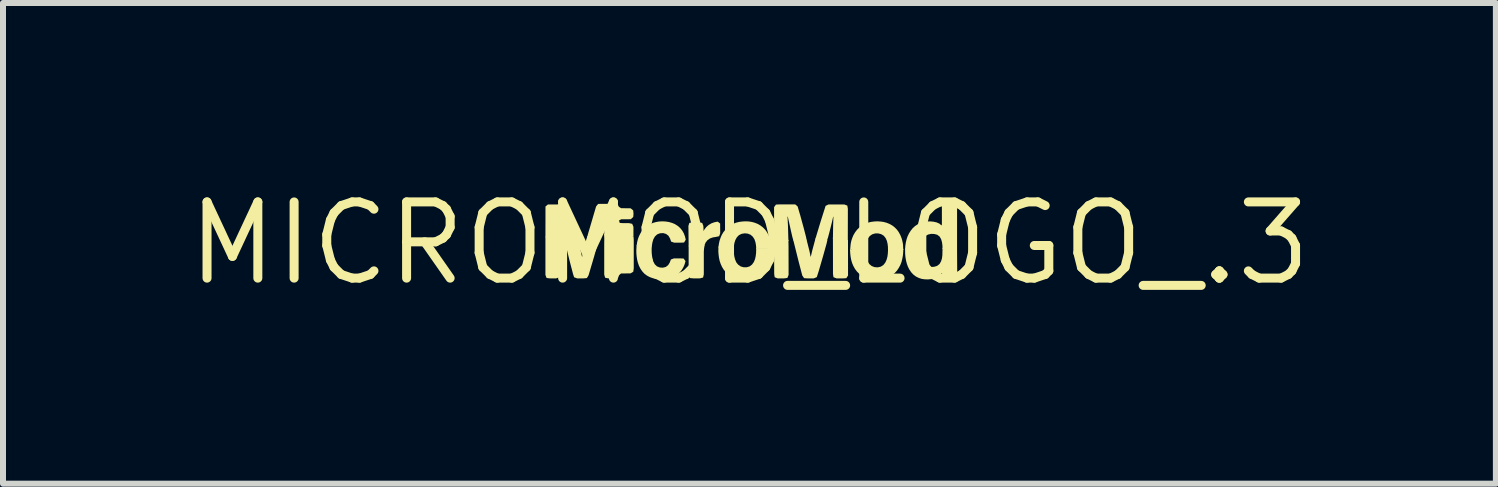
<source format=kicad_pcb>
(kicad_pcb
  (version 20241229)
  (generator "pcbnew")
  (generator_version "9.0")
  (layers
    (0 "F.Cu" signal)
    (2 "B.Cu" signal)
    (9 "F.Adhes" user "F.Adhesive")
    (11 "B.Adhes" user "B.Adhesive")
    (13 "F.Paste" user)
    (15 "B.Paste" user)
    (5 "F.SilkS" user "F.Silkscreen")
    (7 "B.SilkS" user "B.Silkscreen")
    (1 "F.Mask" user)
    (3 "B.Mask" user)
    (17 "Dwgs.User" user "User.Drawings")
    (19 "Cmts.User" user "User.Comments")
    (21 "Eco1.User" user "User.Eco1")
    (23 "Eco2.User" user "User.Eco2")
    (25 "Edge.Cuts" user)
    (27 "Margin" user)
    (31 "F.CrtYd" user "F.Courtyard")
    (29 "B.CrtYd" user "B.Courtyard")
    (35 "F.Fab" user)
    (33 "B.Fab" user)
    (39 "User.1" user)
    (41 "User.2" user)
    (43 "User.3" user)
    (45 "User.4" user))
  (footprint "MICROMOD_LOGO_.3"
    (layer "F.Cu")
    (at 9.442 1.006)
    (property "Reference" "MICROMOD_LOGO_.3" (at 0 0 0) (layer "F.SilkS") (effects (font (size 1.27 1.27) (thickness 0.15))))
    (fp_poly (pts (xy 1.426 -0.058) (xy 1.642 -0.058) (xy 1.643 0.536) (xy 1.614 0.581) (xy 1.559 0.584) (xy 1.451 0.584) (xy 1.4 0.564) (xy 1.392 0.509) (xy 1.391 -0.096)) (stroke (width 0) (type default)) (fill yes) (layer "F.SilkS"))
    (fp_poly (pts (xy -3.162 0.089) (xy -3.162 0.511) (xy -3.17 0.565) (xy -3.221 0.584) (xy -3.327 0.584) (xy -3.382 0.577) (xy -3.401 0.527) (xy -3.401 -0.111) (xy -3.187 -0.111) (xy -3.165 -0.119)) (stroke (width 0) (type default)) (fill yes) (layer "F.SilkS"))
    (fp_poly (pts (xy 0.436 -0.058) (xy 0.649 -0.058) (xy 0.651 0.053) (xy 0.652 0.527) (xy 0.631 0.577) (xy 0.577 0.584) (xy 0.47 0.584) (xy 0.42 0.565) (xy 0.412 0.51) (xy 0.41 -0.088)) (stroke (width 0) (type default)) (fill yes) (layer "F.SilkS"))
    (fp_poly (pts (xy -0.757 0.086) (xy -0.761 0.139) (xy -0.761 0.516) (xy -0.773 0.57) (xy -0.827 0.584) (xy -0.935 0.584) (xy -0.991 0.579) (xy -1.014 0.529) (xy -1.014 0.04) (xy -0.968 0.027) (xy -0.747 0.027)) (stroke (width 0) (type default)) (fill yes) (layer "F.SilkS"))
    (fp_poly (pts (xy -1.932 -0.11) (xy -1.929 -0.055) (xy -1.929 0.419) (xy -1.937 0.473) (xy -1.983 0.501) (xy -2.141 0.502) (xy -2.172 0.53) (xy -2.192 0.578) (xy -2.247 0.584) (xy -2.353 0.584) (xy -2.406 0.573) (xy -2.421 0.521) (xy -2.421 -0.005) (xy -2.42 -0.058) (xy -2.421 -0.157)) (stroke (width 0) (type default)) (fill yes) (layer "F.SilkS"))
    (fp_poly (pts (xy -3.038 -0.645) (xy -3.008 -0.601) (xy -2.95 -0.397) (xy -2.868 -0.096) (xy -2.895 -0.101) (xy -3.052 -0.101) (xy -3.091 -0.099) (xy -3.171 -0.425) (xy -3.176 -0.444) (xy -3.177 -0.427) (xy -3.172 -0.322) (xy -3.165 -0.106) (xy -3.218 -0.101) (xy -3.376 -0.101) (xy -3.401 -0.1) (xy -3.4 -0.615) (xy -3.359 -0.648) (xy -3.093 -0.649)) (stroke (width 0) (type default)) (fill yes) (layer "F.SilkS"))
    (fp_poly (pts (xy 1.631 -0.629) (xy 1.64 -0.575) (xy 1.639 -0.047) (xy 1.422 -0.047) (xy 1.391 -0.073) (xy 1.394 -0.286) (xy 1.399 -0.441) (xy 1.395 -0.445) (xy 1.374 -0.351) (xy 1.336 -0.199) (xy 1.309 -0.097) (xy 1.291 -0.047) (xy 1.129 -0.047) (xy 1.097 -0.069) (xy 1.189 -0.373) (xy 1.269 -0.625) (xy 1.317 -0.648) (xy 1.581 -0.648)) (stroke (width 0) (type default)) (fill yes) (layer "F.SilkS"))
    (fp_poly (pts (xy 0.763 -0.649) (xy 0.803 -0.614) (xy 0.848 -0.46) (xy 0.904 -0.256) (xy 0.944 -0.102) (xy 0.953 -0.048) (xy 0.732 -0.048) (xy 0.716 -0.101) (xy 0.692 -0.205) (xy 0.638 -0.449) (xy 0.634 -0.442) (xy 0.642 -0.284) (xy 0.649 -0.038) (xy 0.608 -0.048) (xy 0.448 -0.048) (xy 0.41 -0.069) (xy 0.41 -0.603) (xy 0.441 -0.646) (xy 0.496 -0.649)) (stroke (width 0) (type default)) (fill yes) (layer "F.SilkS"))
    (fp_poly (pts (xy -2.532 -0.111) (xy -2.505 -0.085) (xy -2.591 0.225) (xy -2.682 0.532) (xy -2.71 0.579) (xy -2.765 0.584) (xy -2.872 0.584) (xy -2.923 0.565) (xy -2.94 0.513) (xy -2.994 0.307) (xy -3.083 -0.055) (xy -3.095 -0.111) (xy -2.872 -0.111) (xy -2.856 -0.056) (xy -2.843 -0.004) (xy -2.79 0.228) (xy -2.772 0.145) (xy -2.745 0.042) (xy -2.719 -0.069) (xy -2.7 -0.12)) (stroke (width 0) (type default)) (fill yes) (layer "F.SilkS"))
    (fp_poly (pts (xy 1.135 -0.058) (xy 1.299 -0.058) (xy 1.286 0.000286) (xy 1.229 0.205) (xy 1.155 0.46) (xy 1.122 0.563) (xy 1.073 0.584) (xy 0.965 0.584) (xy 0.91 0.58) (xy 0.88 0.536) (xy 0.813 0.278) (xy 0.728 -0.063) (xy 0.768 -0.058) (xy 0.926 -0.058) (xy 0.951 -0.064) (xy 1 0.129) (xy 1.019 0.223) (xy 1.023 0.219) (xy 1.047 0.117) (xy 1.101 -0.083)) (stroke (width 0) (type default)) (fill yes) (layer "F.SilkS"))
    (fp_poly (pts (xy -0.489 -0.33) (xy -0.488 -0.169) (xy -0.505 -0.119) (xy -0.559 -0.107) (xy -0.61 -0.099) (xy -0.658 -0.082) (xy -0.7 -0.053) (xy -0.731 -0.013) (xy -0.752 0.037) (xy -0.965 0.037) (xy -1.014 0.052) (xy -1.017 -0.237) (xy -1.018 -0.29) (xy -1.002 -0.341) (xy -0.948 -0.35) (xy -0.842 -0.35) (xy -0.788 -0.34) (xy -0.769 -0.29) (xy -0.766 -0.237) (xy -0.766 -0.204) (xy -0.752 -0.23) (xy -0.719 -0.272) (xy -0.679 -0.307) (xy -0.633 -0.334) (xy -0.583 -0.352) (xy -0.529 -0.362)) (stroke (width 0) (type default)) (fill yes) (layer "F.SilkS"))
    (fp_poly (pts (xy -2.199 -0.654) (xy -2.176 -0.608) (xy -2.139 -0.586) (xy -1.98 -0.584) (xy -1.938 -0.549) (xy -1.933 -0.494) (xy -1.937 -0.44) (xy -1.977 -0.403) (xy -2.032 -0.401) (xy -2.137 -0.401) (xy -2.174 -0.382) (xy -2.163 -0.341) (xy -2.115 -0.337) (xy -2.008 -0.337) (xy -1.955 -0.325) (xy -1.934 -0.275) (xy -1.934 -0.111) (xy -1.982 -0.101) (xy -2.41 -0.101) (xy -2.421 -0.148) (xy -2.418 -0.307) (xy -2.414 -0.443) (xy -2.42 -0.431) (xy -2.457 -0.277) (xy -2.51 -0.071) (xy -2.542 -0.101) (xy -2.706 -0.101) (xy -2.69 -0.161) (xy -2.556 -0.616) (xy -2.522 -0.657) (xy -2.467 -0.658) (xy -2.255 -0.658)) (stroke (width 0) (type default)) (fill yes) (layer "F.SilkS"))
    (fp_poly (pts (xy -1.397 -0.364) (xy -1.344 -0.356) (xy -1.292 -0.341) (xy -1.242 -0.32) (xy -1.196 -0.291) (xy -1.155 -0.255) (xy -1.121 -0.213) (xy -1.094 -0.166) (xy -1.075 -0.115) (xy -1.062 -0.061) (xy -1.09 -0.014) (xy -1.146 -0.011) (xy -1.254 -0.011) (xy -1.306 -0.029) (xy -1.324 -0.081) (xy -1.35 -0.126) (xy -1.39 -0.157) (xy -1.439 -0.171) (xy -1.491 -0.168) (xy -1.539 -0.149) (xy -1.576 -0.114) (xy -1.602 -0.068) (xy -1.617 -0.018) (xy -1.629 0.05) (xy -1.674 0.05) (xy -1.835 0.05) (xy -1.881 0.037) (xy -1.872 -0.02) (xy -1.859 -0.073) (xy -1.84 -0.123) (xy -1.815 -0.172) (xy -1.785 -0.216) (xy -1.748 -0.256) (xy -1.707 -0.291) (xy -1.66 -0.319) (xy -1.611 -0.34) (xy -1.559 -0.355) (xy -1.505 -0.364) (xy -1.451 -0.367)) (stroke (width 0) (type default)) (fill yes) (layer "F.SilkS"))
    (fp_poly (pts (xy -1.842 0.04) (xy -1.627 0.04) (xy -1.631 0.097) (xy -1.63 0.149) (xy -1.626 0.201) (xy -1.617 0.253) (xy -1.603 0.303) (xy -1.579 0.348) (xy -1.543 0.383) (xy -1.496 0.402) (xy -1.445 0.406) (xy -1.396 0.394) (xy -1.356 0.364) (xy -1.329 0.32) (xy -1.309 0.269) (xy -1.259 0.251) (xy -1.153 0.251) (xy -1.098 0.253) (xy -1.066 0.296) (xy -1.081 0.35) (xy -1.102 0.399) (xy -1.129 0.445) (xy -1.163 0.486) (xy -1.202 0.522) (xy -1.247 0.551) (xy -1.296 0.572) (xy -1.347 0.587) (xy -1.4 0.596) (xy -1.453 0.599) (xy -1.506 0.598) (xy -1.559 0.592) (xy -1.611 0.581) (xy -1.661 0.563) (xy -1.708 0.538) (xy -1.751 0.506) (xy -1.787 0.467) (xy -1.817 0.423) (xy -1.841 0.376) (xy -1.859 0.326) (xy -1.872 0.274) (xy -1.88 0.222) (xy -1.885 0.169) (xy -1.886 0.116) (xy -1.881 0.028)) (stroke (width 0) (type default)) (fill yes) (layer "F.SilkS"))
    (fp_poly (pts (xy 3.457 -0.692) (xy 3.46 -0.637) (xy 3.46 0.11) (xy 3.41 0.118) (xy 3.248 0.118) (xy 3.218 0.089) (xy 3.216 0.034) (xy 3.209 -0.018) (xy 3.195 -0.068) (xy 3.17 -0.112) (xy 3.13 -0.143) (xy 3.08 -0.156) (xy 3.028 -0.158) (xy 2.978 -0.147) (xy 2.933 -0.123) (xy 2.898 -0.085) (xy 2.875 -0.039) (xy 2.86 0.011) (xy 2.853 0.063) (xy 2.848 0.118) (xy 2.63 0.118) (xy 2.594 0.096) (xy 2.598 0.039) (xy 2.606 -0.013) (xy 2.618 -0.065) (xy 2.635 -0.116) (xy 2.658 -0.164) (xy 2.687 -0.21) (xy 2.72 -0.252) (xy 2.76 -0.288) (xy 2.805 -0.318) (xy 2.853 -0.341) (xy 2.905 -0.356) (xy 2.958 -0.364) (xy 3.011 -0.366) (xy 3.065 -0.361) (xy 3.117 -0.35) (xy 3.167 -0.328) (xy 3.201 -0.298) (xy 3.207 -0.316) (xy 3.207 -0.634) (xy 3.209 -0.689) (xy 3.25 -0.723) (xy 3.413 -0.723)) (stroke (width 0) (type default)) (fill yes) (layer "F.SilkS"))
    (fp_poly (pts (xy -0.014 -0.365) (xy 0.038 -0.357) (xy 0.09 -0.343) (xy 0.139 -0.323) (xy 0.185 -0.296) (xy 0.227 -0.263) (xy 0.264 -0.225) (xy 0.294 -0.182) (xy 0.319 -0.135) (xy 0.339 -0.085) (xy 0.353 -0.034) (xy 0.362 0.018) (xy 0.368 0.091) (xy 0.326 0.093) (xy 0.168 0.093) (xy 0.113 0.091) (xy 0.109 0.034) (xy 0.1 -0.017) (xy 0.084 -0.066) (xy 0.057 -0.109) (xy 0.019 -0.143) (xy -0.028 -0.162) (xy -0.079 -0.167) (xy -0.129 -0.159) (xy -0.175 -0.137) (xy -0.21 -0.101) (xy -0.235 -0.056) (xy -0.251 -0.007) (xy -0.26 0.044) (xy -0.264 0.122) (xy -0.489 0.093) (xy -0.517 0.064) (xy -0.51 0.009) (xy -0.499 -0.043) (xy -0.482 -0.093) (xy -0.461 -0.142) (xy -0.434 -0.187) (xy -0.401 -0.229) (xy -0.363 -0.267) (xy -0.321 -0.298) (xy -0.274 -0.324) (xy -0.225 -0.344) (xy -0.173 -0.357) (xy -0.12 -0.364) (xy -0.067 -0.367)) (stroke (width 0) (type default)) (fill yes) (layer "F.SilkS"))
    (fp_poly (pts (xy 2.182 -0.364) (xy 2.234 -0.357) (xy 2.286 -0.343) (xy 2.335 -0.323) (xy 2.381 -0.297) (xy 2.423 -0.264) (xy 2.46 -0.226) (xy 2.49 -0.183) (xy 2.515 -0.137) (xy 2.535 -0.087) (xy 2.549 -0.037) (xy 2.559 0.016) (xy 2.564 0.111) (xy 2.537 0.104) (xy 2.309 0.128) (xy 2.308 0.06) (xy 2.302 0.008) (xy 2.29 -0.042) (xy 2.269 -0.089) (xy 2.237 -0.128) (xy 2.193 -0.154) (xy 2.144 -0.166) (xy 2.093 -0.165) (xy 2.045 -0.15) (xy 2.004 -0.121) (xy 1.973 -0.08) (xy 1.953 -0.033) (xy 1.941 0.017) (xy 1.931 0.106) (xy 1.906 0.104) (xy 1.699 0.104) (xy 1.675 0.135) (xy 1.687 0.007) (xy 1.698 -0.044) (xy 1.715 -0.095) (xy 1.736 -0.143) (xy 1.764 -0.189) (xy 1.796 -0.23) (xy 1.834 -0.267) (xy 1.877 -0.299) (xy 1.923 -0.325) (xy 1.973 -0.344) (xy 2.024 -0.357) (xy 2.076 -0.364) (xy 2.129 -0.367)) (stroke (width 0) (type default)) (fill yes) (layer "F.SilkS"))
    (fp_poly (pts (xy 3.245 0.107) (xy 3.46 0.107) (xy 3.462 0.431) (xy 3.465 0.539) (xy 3.434 0.582) (xy 3.378 0.584) (xy 3.271 0.584) (xy 3.222 0.563) (xy 3.211 0.509) (xy 3.205 0.493) (xy 3.177 0.529) (xy 3.135 0.562) (xy 3.085 0.584) (xy 3.033 0.596) (xy 2.979 0.601) (xy 2.926 0.6) (xy 2.873 0.593) (xy 2.821 0.576) (xy 2.773 0.552) (xy 2.73 0.519) (xy 2.694 0.48) (xy 2.664 0.435) (xy 2.64 0.387) (xy 2.622 0.336) (xy 2.609 0.284) (xy 2.6 0.232) (xy 2.595 0.178) (xy 2.594 0.086) (xy 2.64 0.108) (xy 2.799 0.108) (xy 2.851 0.114) (xy 2.853 0.171) (xy 2.861 0.223) (xy 2.875 0.273) (xy 2.897 0.32) (xy 2.931 0.359) (xy 2.975 0.385) (xy 3.026 0.394) (xy 3.077 0.391) (xy 3.127 0.376) (xy 3.167 0.345) (xy 3.193 0.301) (xy 3.208 0.252) (xy 3.215 0.2) (xy 3.218 0.072)) (stroke (width 0) (type default)) (fill yes) (layer "F.SilkS"))
    (fp_poly (pts (xy 2.562 0.152) (xy 2.557 0.205) (xy 2.547 0.258) (xy 2.534 0.31) (xy 2.515 0.36) (xy 2.49 0.407) (xy 2.46 0.452) (xy 2.424 0.492) (xy 2.382 0.525) (xy 2.336 0.553) (xy 2.287 0.574) (xy 2.235 0.588) (xy 2.182 0.597) (xy 2.129 0.6) (xy 2.075 0.599) (xy 2.022 0.593) (xy 1.97 0.581) (xy 1.919 0.563) (xy 1.871 0.538) (xy 1.828 0.506) (xy 1.79 0.468) (xy 1.758 0.425) (xy 1.732 0.378) (xy 1.711 0.329) (xy 1.696 0.277) (xy 1.686 0.225) (xy 1.68 0.172) (xy 1.677 0.115) (xy 1.715 0.094) (xy 1.933 0.094) (xy 1.935 0.152) (xy 1.941 0.204) (xy 1.952 0.255) (xy 1.971 0.304) (xy 1.999 0.347) (xy 2.039 0.379) (xy 2.087 0.397) (xy 2.138 0.4) (xy 2.188 0.389) (xy 2.231 0.362) (xy 2.263 0.322) (xy 2.285 0.275) (xy 2.299 0.224) (xy 2.306 0.172) (xy 2.309 0.117) (xy 2.345 0.094) (xy 2.564 0.094)) (stroke (width 0) (type default)) (fill yes) (layer "F.SilkS"))
    (fp_poly (pts (xy -0.293 0.083) (xy -0.263 0.111) (xy -0.26 0.166) (xy -0.253 0.218) (xy -0.24 0.268) (xy -0.22 0.316) (xy -0.188 0.356) (xy -0.146 0.385) (xy -0.097 0.399) (xy -0.046 0.399) (xy 0.003 0.384) (xy 0.043 0.353) (xy 0.073 0.311) (xy 0.093 0.263) (xy 0.104 0.212) (xy 0.11 0.16) (xy 0.113 0.076) (xy 0.151 0.083) (xy 0.367 0.083) (xy 0.366 0.141) (xy 0.362 0.194) (xy 0.353 0.247) (xy 0.341 0.299) (xy 0.323 0.349) (xy 0.3 0.397) (xy 0.271 0.442) (xy 0.236 0.483) (xy 0.196 0.518) (xy 0.151 0.547) (xy 0.102 0.569) (xy 0.051 0.585) (xy -0.001 0.595) (xy -0.054 0.6) (xy -0.108 0.6) (xy -0.161 0.595) (xy -0.213 0.585) (xy -0.264 0.568) (xy -0.312 0.545) (xy -0.357 0.516) (xy -0.396 0.479) (xy -0.43 0.438) (xy -0.458 0.392) (xy -0.48 0.343) (xy -0.497 0.293) (xy -0.508 0.241) (xy -0.515 0.188) (xy -0.519 0.135) (xy -0.517 0.054)) (stroke (width 0) (type default)) (fill yes) (layer "F.SilkS")))
  (gr_rect
    (start -3 -3)
    (end 21.883 5.012)
    (stroke (width 0.1) (type default))
    (fill no)
    (layer "Edge.Cuts")))
</source>
